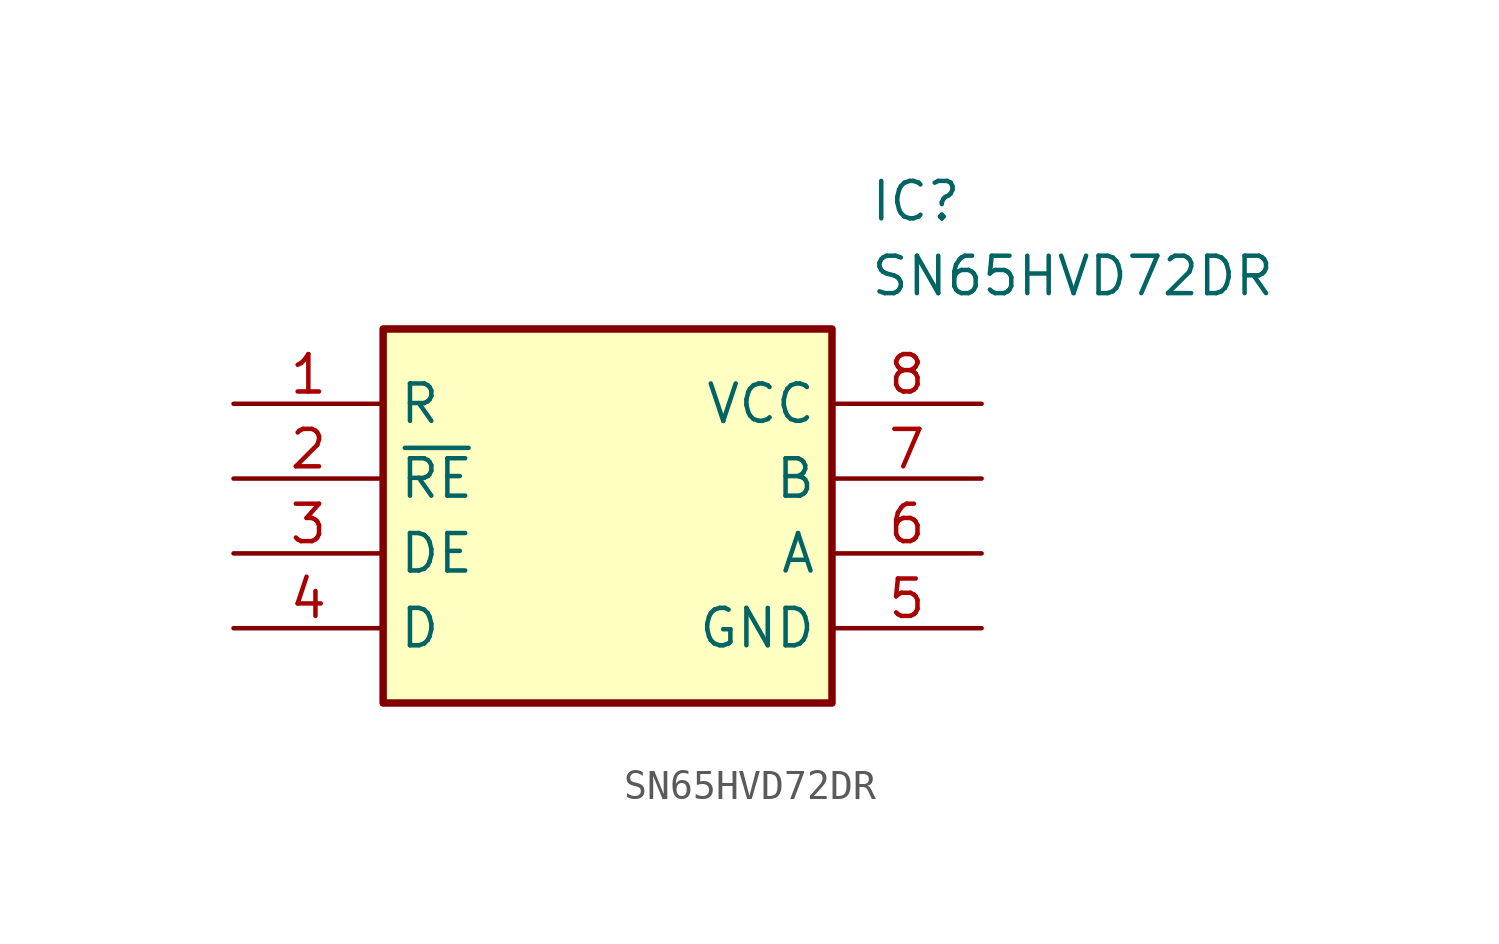
<source format=kicad_sym>
(kicad_symbol_lib
  (version 20211014)
  (generator SamacSys_ECAD_Model)
  (symbol "SN65HVD72DR"
    (property "Reference" "IC"
      (at 21.59 7.62 0)
      (effects (font (size 1.27 1.27)) (justify left top)))
    (property "Value" "SN65HVD72DR"
      (at 21.59 5.08 0)
      (effects (font (size 1.27 1.27)) (justify left top)))
    (rectangle
      (start 5.08 2.54)
      (end 20.32 -10.16)
      (stroke (width 0.254) (type default))
      (fill (type background)))
    (pin passive line
      (at 0 0 0)
      (length 5.08)
      (name "R" (effects (font (size 1.27 1.27))))
      (number "1" (effects (font (size 1.27 1.27)))))
    (pin passive line
      (at 0 -2.54 0)
      (length 5.08)
      (name "~{RE}" (effects (font (size 1.27 1.27))))
      (number "2" (effects (font (size 1.27 1.27)))))
    (pin passive line
      (at 0 -5.08 0)
      (length 5.08)
      (name "DE" (effects (font (size 1.27 1.27))))
      (number "3" (effects (font (size 1.27 1.27)))))
    (pin passive line
      (at 0 -7.62 0)
      (length 5.08)
      (name "D" (effects (font (size 1.27 1.27))))
      (number "4" (effects (font (size 1.27 1.27)))))
    (pin passive line
      (at 25.4 0 180)
      (length 5.08)
      (name "VCC" (effects (font (size 1.27 1.27))))
      (number "8" (effects (font (size 1.27 1.27)))))
    (pin passive line
      (at 25.4 -2.54 180)
      (length 5.08)
      (name "B" (effects (font (size 1.27 1.27))))
      (number "7" (effects (font (size 1.27 1.27)))))
    (pin passive line
      (at 25.4 -5.08 180)
      (length 5.08)
      (name "A" (effects (font (size 1.27 1.27))))
      (number "6" (effects (font (size 1.27 1.27)))))
    (pin passive line
      (at 25.4 -7.62 180)
      (length 5.08)
      (name "GND" (effects (font (size 1.27 1.27))))
      (number "5" (effects (font (size 1.27 1.27)))))))
</source>
